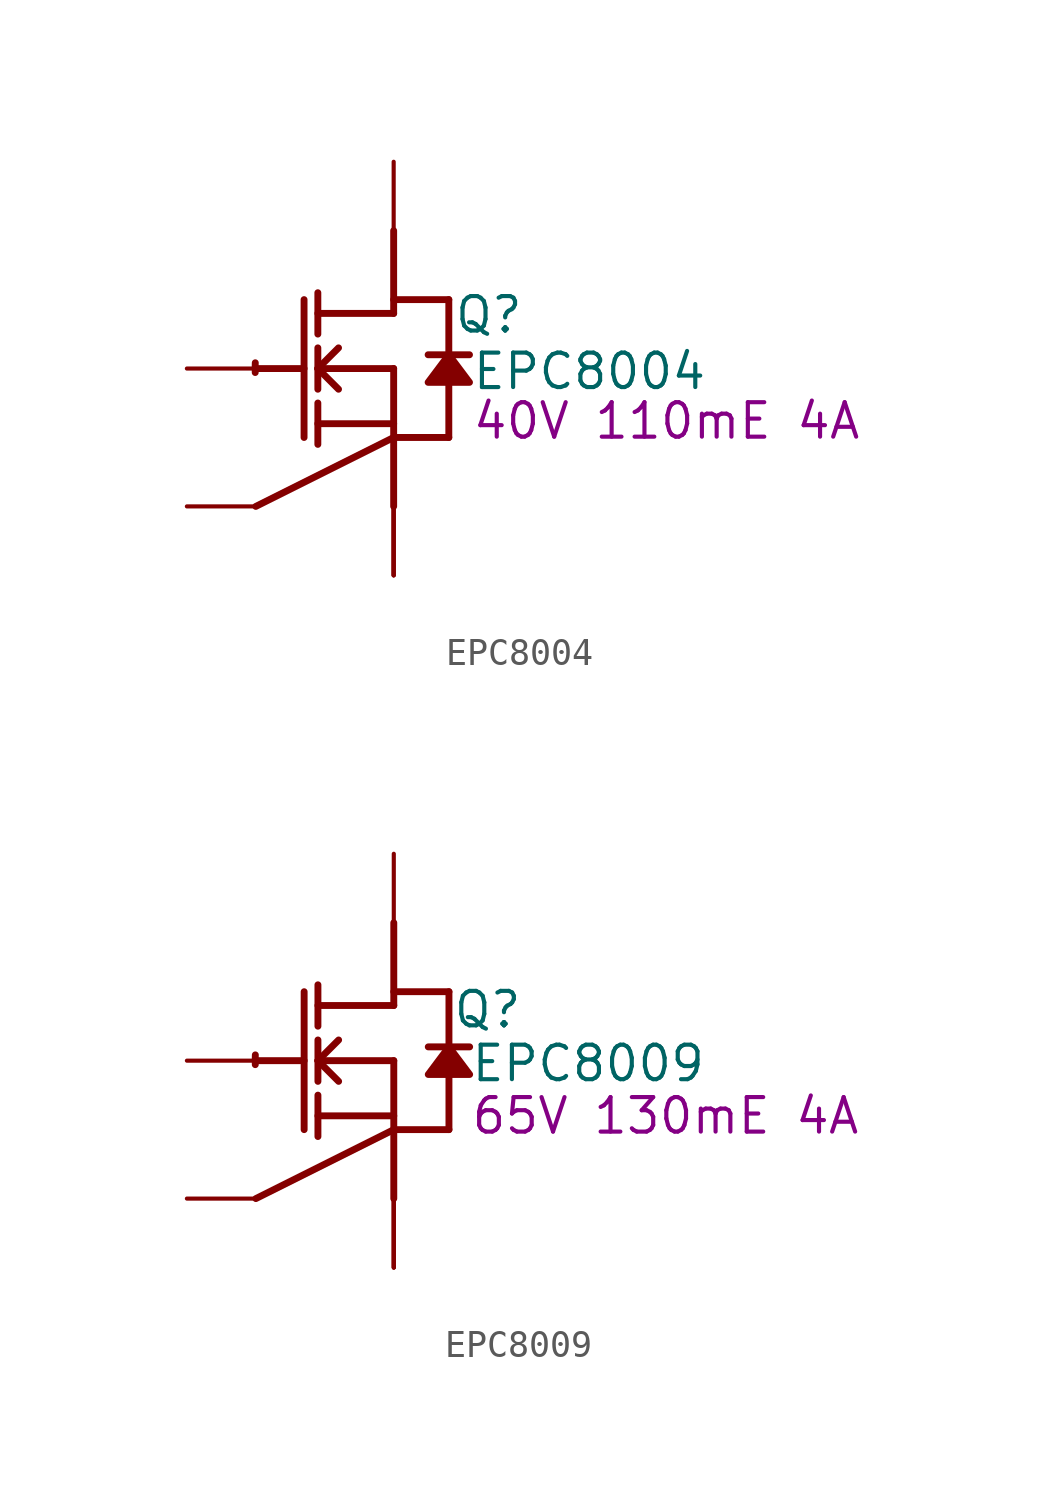
<source format=kicad_sym>
(kicad_symbol_lib
  (version 20241209)
  (generator "kicad_symbol_editor")
  (generator_version "9.0")
  (symbol "EPC8004"
    (property "Reference" "Q"
      (at 3.505 1.981 0)
      (effects (font (size 1.27 1.27))))
    (property "Value" "EPC8004"
      (at 7.214 -0.102 0)
      (effects (font (size 1.27 1.27))))
    (property "Description" "40V 110mE 4A"
      (at 10.058 -1.93 0)
      (effects (font (size 1.27 1.27))))
    (symbol "EPC8004_1_0"
      (polyline (pts (xy -5.08 0) (xy -3.302 0)) (stroke (width 0.254) (type solid)) (fill (type none)))
      (polyline (pts (xy -3.302 2.54) (xy -3.302 -2.54)) (stroke (width 0.254) (type solid)) (fill (type none)))
      (polyline (pts (xy -2.794 1.27) (xy -2.794 2.794)) (stroke (width 0.254) (type solid)) (fill (type none)))
      (polyline (pts (xy -2.794 0) (xy -2.032 0.762)) (stroke (width 0.254) (type solid)) (fill (type none)))
      (polyline (pts (xy -2.794 0) (xy 0 0)) (stroke (width 0.254) (type solid)) (fill (type none)))
      (polyline (pts (xy -2.794 -0.762) (xy -2.794 0.762)) (stroke (width 0.254) (type solid)) (fill (type none)))
      (polyline (pts (xy -2.794 -2.032) (xy 0 -2.032)) (stroke (width 0.254) (type solid)) (fill (type none)))
      (polyline (pts (xy -2.794 -2.794) (xy -2.794 -1.27)) (stroke (width 0.254) (type solid)) (fill (type none)))
      (polyline (pts (xy -2.032 -0.762) (xy -2.794 0)) (stroke (width 0.254) (type solid)) (fill (type none)))
      (polyline (pts (xy 0 2.54) (xy 2.032 2.54)) (stroke (width 0.254) (type solid)) (fill (type none)))
      (polyline (pts (xy 0 2.032) (xy -2.794 2.032)) (stroke (width 0.254) (type solid)) (fill (type none)))
      (polyline (pts (xy 0 2.032) (xy 0 5.08)) (stroke (width 0.254) (type solid)) (fill (type none)))
      (polyline (pts (xy 0 0) (xy 0 -5.08)) (stroke (width 0.254) (type solid)) (fill (type none)))
      (polyline (pts (xy 0 -2.54) (xy -5.08 -5.08)) (stroke (width 0.254) (type solid)) (fill (type none)))
      (polyline (pts (xy 0 -2.54) (xy 2.032 -2.54)) (stroke (width 0.254) (type solid)) (fill (type none)))
      (arc (start -5.1019 -0.1467) (mid -5.1039 0.0331) (end -5.0996 0.2128) (stroke (width 0.254) (type solid)) (fill (type none)))
      (polyline (pts (xy 2.032 2.54) (xy 2.032 0.508)) (stroke (width 0.254) (type solid)) (fill (type none)))
      (polyline (pts (xy 2.032 0.508) (xy 1.27 -0.508) (xy 2.794 -0.508) (xy 2.032 0.508)) (stroke (width 0.254) (type solid)) (fill (type outline)))
      (polyline (pts (xy 2.032 -0.508) (xy 2.032 -2.54)) (stroke (width 0.254) (type solid)) (fill (type none)))
      (polyline (pts (xy 2.794 0.508) (xy 1.27 0.508)) (stroke (width 0.254) (type solid)) (fill (type none)))
      (pin passive line (at -7.62 0 0) (length 2.54) (name "G" (effects (font (size 0 0)))) (number "1" (effects (font (size 0 0)))))
      (pin open_emitter line (at -7.62 -5.08 0) (length 2.54) (name "SG" (effects (font (size 0 0)))) (number "2" (effects (font (size 0 0)))))
      (pin open_collector line (at 0 7.62 270) (length 2.54) (name "D" (effects (font (size 0 0)))) (number "4" (effects (font (size 0 0)))))
      (pin open_emitter line (at 0 -7.62 90) (length 2.54) (name "SP1" (effects (font (size 0 0)))) (number "3" (effects (font (size 0 0)))))
      (pin open_emitter line (at 0 -7.62 90) (length 2.54) (name "SP2" (effects (font (size 0 0)))) (number "5" (effects (font (size 0 0)))))
      (pin open_emitter line (at 0 -7.62 90) (length 2.54) (name "Sub" (effects (font (size 0 0)))) (number "6" (effects (font (size 0 0)))))))
  (symbol "EPC8009"
    (property "Reference" "Q"
      (at 3.454 1.88 0)
      (effects (font (size 1.27 1.27))))
    (property "Value" "EPC8009"
      (at 7.163 -0.102 0)
      (effects (font (size 1.27 1.27))))
    (property "Description" "65V 130mE 4A"
      (at 10.008 -2.032 0)
      (effects (font (size 1.27 1.27))))
    (symbol "EPC8009_1_0"
      (polyline (pts (xy -5.08 0) (xy -3.302 0)) (stroke (width 0.254) (type solid)) (fill (type none)))
      (polyline (pts (xy -3.302 2.54) (xy -3.302 -2.54)) (stroke (width 0.254) (type solid)) (fill (type none)))
      (polyline (pts (xy -2.794 1.27) (xy -2.794 2.794)) (stroke (width 0.254) (type solid)) (fill (type none)))
      (polyline (pts (xy -2.794 0) (xy -2.032 0.762)) (stroke (width 0.254) (type solid)) (fill (type none)))
      (polyline (pts (xy -2.794 0) (xy 0 0)) (stroke (width 0.254) (type solid)) (fill (type none)))
      (polyline (pts (xy -2.794 -0.762) (xy -2.794 0.762)) (stroke (width 0.254) (type solid)) (fill (type none)))
      (polyline (pts (xy -2.794 -2.032) (xy 0 -2.032)) (stroke (width 0.254) (type solid)) (fill (type none)))
      (polyline (pts (xy -2.794 -2.794) (xy -2.794 -1.27)) (stroke (width 0.254) (type solid)) (fill (type none)))
      (polyline (pts (xy -2.032 -0.762) (xy -2.794 0)) (stroke (width 0.254) (type solid)) (fill (type none)))
      (polyline (pts (xy 0 2.54) (xy 2.032 2.54)) (stroke (width 0.254) (type solid)) (fill (type none)))
      (polyline (pts (xy 0 2.032) (xy -2.794 2.032)) (stroke (width 0.254) (type solid)) (fill (type none)))
      (polyline (pts (xy 0 2.032) (xy 0 5.08)) (stroke (width 0.254) (type solid)) (fill (type none)))
      (polyline (pts (xy 0 0) (xy 0 -5.08)) (stroke (width 0.254) (type solid)) (fill (type none)))
      (polyline (pts (xy 0 -2.54) (xy -5.08 -5.08)) (stroke (width 0.254) (type solid)) (fill (type none)))
      (polyline (pts (xy 0 -2.54) (xy 2.032 -2.54)) (stroke (width 0.254) (type solid)) (fill (type none)))
      (arc (start -5.1019 -0.1467) (mid -5.1039 0.0331) (end -5.0996 0.2128) (stroke (width 0.254) (type solid)) (fill (type none)))
      (polyline (pts (xy 2.032 2.54) (xy 2.032 0.508)) (stroke (width 0.254) (type solid)) (fill (type none)))
      (polyline (pts (xy 2.032 0.508) (xy 1.27 -0.508) (xy 2.794 -0.508) (xy 2.032 0.508)) (stroke (width 0.254) (type solid)) (fill (type outline)))
      (polyline (pts (xy 2.032 -0.508) (xy 2.032 -2.54)) (stroke (width 0.254) (type solid)) (fill (type none)))
      (polyline (pts (xy 2.794 0.508) (xy 1.27 0.508)) (stroke (width 0.254) (type solid)) (fill (type none)))
      (pin passive line (at -7.62 0 0) (length 2.54) (name "G" (effects (font (size 0 0)))) (number "1" (effects (font (size 0 0)))))
      (pin open_emitter line (at -7.62 -5.08 0) (length 2.54) (name "SG" (effects (font (size 0 0)))) (number "2" (effects (font (size 0 0)))))
      (pin open_collector line (at 0 7.62 270) (length 2.54) (name "D" (effects (font (size 0 0)))) (number "4" (effects (font (size 0 0)))))
      (pin open_emitter line (at 0 -7.62 90) (length 2.54) (name "SP1" (effects (font (size 0 0)))) (number "3" (effects (font (size 0 0)))))
      (pin open_emitter line (at 0 -7.62 90) (length 2.54) (name "SP2" (effects (font (size 0 0)))) (number "5" (effects (font (size 0 0)))))
      (pin open_emitter line (at 0 -7.62 90) (length 2.54) (name "Sub" (effects (font (size 0 0)))) (number "6" (effects (font (size 0 0))))))))
</source>
